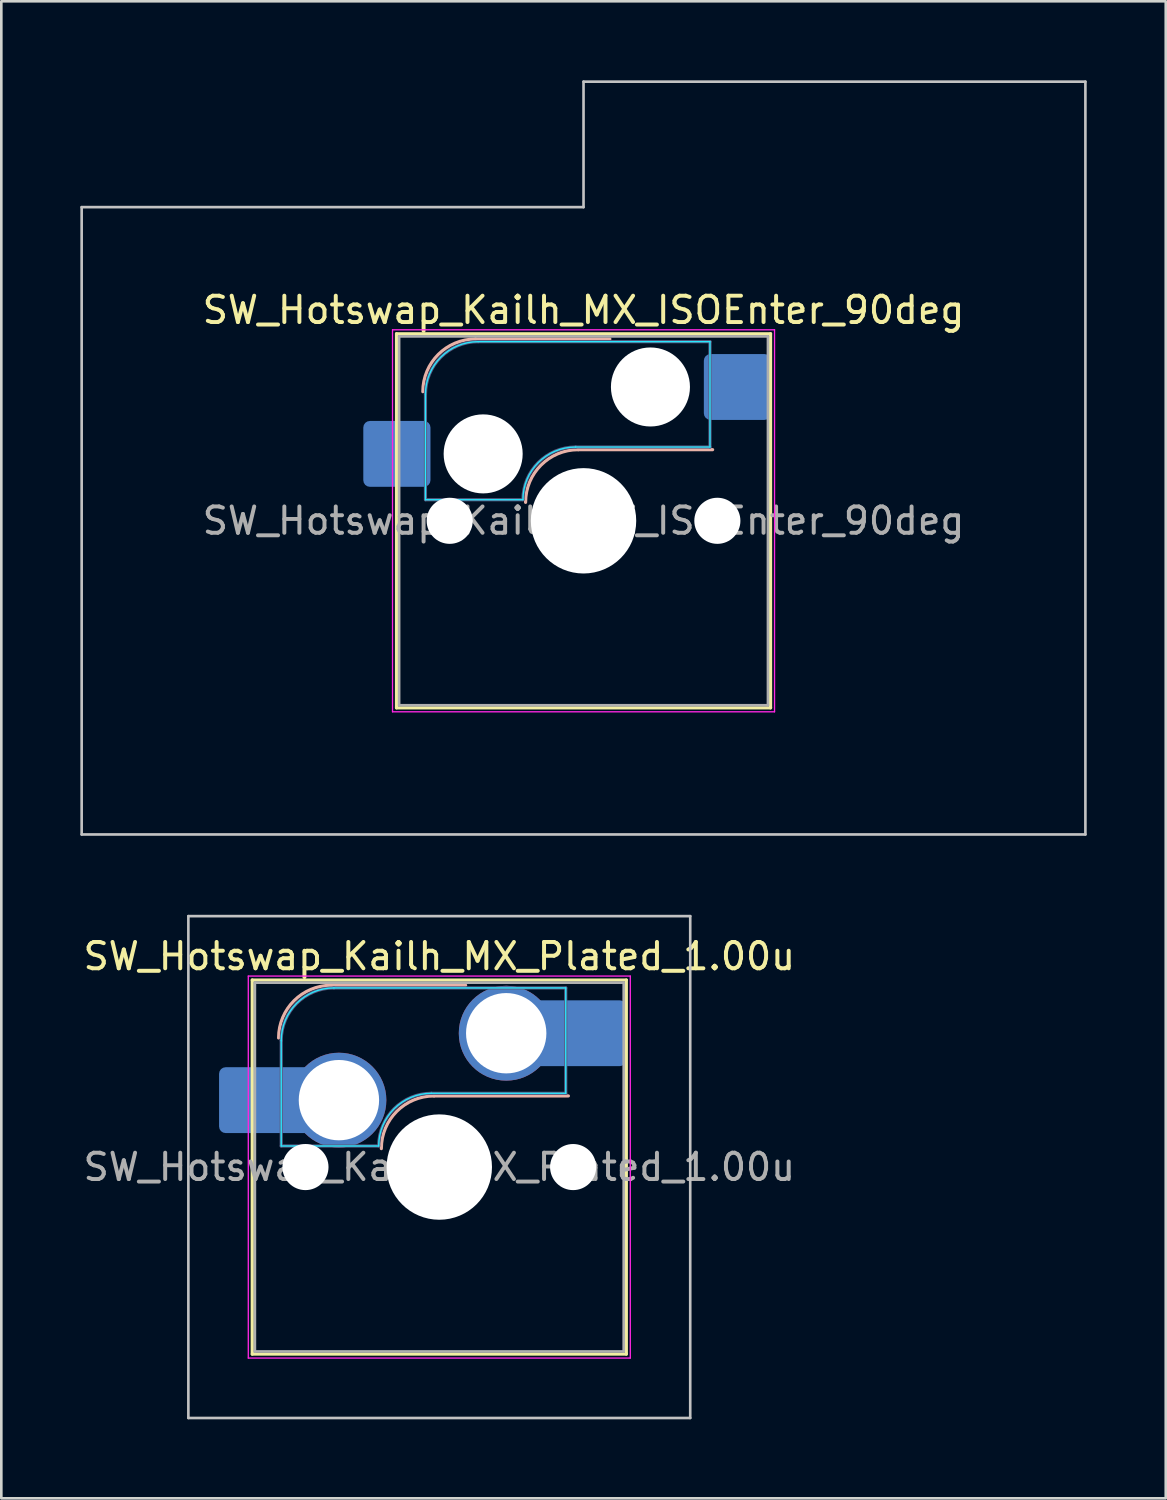
<source format=kicad_pcb>
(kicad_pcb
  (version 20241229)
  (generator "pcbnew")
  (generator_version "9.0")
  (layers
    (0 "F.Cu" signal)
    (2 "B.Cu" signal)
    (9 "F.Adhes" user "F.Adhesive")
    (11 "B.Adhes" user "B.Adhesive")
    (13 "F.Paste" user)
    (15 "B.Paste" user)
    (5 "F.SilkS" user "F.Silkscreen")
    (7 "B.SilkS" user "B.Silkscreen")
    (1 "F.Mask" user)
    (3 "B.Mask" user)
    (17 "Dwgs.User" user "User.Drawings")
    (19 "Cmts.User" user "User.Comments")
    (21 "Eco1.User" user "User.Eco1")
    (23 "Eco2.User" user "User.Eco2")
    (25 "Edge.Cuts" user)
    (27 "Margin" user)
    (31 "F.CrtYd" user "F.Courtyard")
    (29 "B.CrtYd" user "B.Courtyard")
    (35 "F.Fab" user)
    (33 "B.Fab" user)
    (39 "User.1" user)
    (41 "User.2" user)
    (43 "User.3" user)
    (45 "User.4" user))
  (footprint "SW_Hotswap_Kailh_MX_Plated_1.00u"
    (layer "F.Cu")
    (at 13.625 41.25)
    (property "Reference" "SW_Hotswap_Kailh_MX_Plated_1.00u" (at 0 -8 0) (layer "F.SilkS") (effects (font (size 1 1) (thickness 0.15))))
    (attr smd)
    (fp_line (start -7.1 -7.1) (end -7.1 7.1) (stroke (width 0.12) (type solid)) (layer "F.SilkS"))
    (fp_line (start -7.1 7.1) (end 7.1 7.1) (stroke (width 0.12) (type solid)) (layer "F.SilkS"))
    (fp_line (start 7.1 -7.1) (end -7.1 -7.1) (stroke (width 0.12) (type solid)) (layer "F.SilkS"))
    (fp_line (start 7.1 7.1) (end 7.1 -7.1) (stroke (width 0.12) (type solid)) (layer "F.SilkS"))
    (fp_line (start -4.1 -6.9) (end 1 -6.9) (stroke (width 0.12) (type solid)) (layer "B.SilkS"))
    (fp_line (start -0.2 -2.7) (end 4.9 -2.7) (stroke (width 0.12) (type solid)) (layer "B.SilkS"))
    (fp_arc (start -6.1 -4.9) (mid -5.514214 -6.314214) (end -4.1 -6.9) (stroke (width 0.12) (type solid)) (layer "B.SilkS"))
    (fp_arc (start -2.2 -0.7) (mid -1.614214 -2.114214) (end -0.2 -2.7) (stroke (width 0.12) (type solid)) (layer "B.SilkS"))
    (fp_line (start -9.525 -9.525) (end -9.525 9.525) (stroke (width 0.1) (type solid)) (layer "Dwgs.User"))
    (fp_line (start -9.525 9.525) (end 9.525 9.525) (stroke (width 0.1) (type solid)) (layer "Dwgs.User"))
    (fp_line (start 9.525 -9.525) (end -9.525 -9.525) (stroke (width 0.1) (type solid)) (layer "Dwgs.User"))
    (fp_line (start 9.525 9.525) (end 9.525 -9.525) (stroke (width 0.1) (type solid)) (layer "Dwgs.User"))
    (fp_line (start -7.8 -6) (end -7 -6) (stroke (width 0.1) (type solid)) (layer "Eco1.User"))
    (fp_line (start -7.8 -2.9) (end -7.8 -6) (stroke (width 0.1) (type solid)) (layer "Eco1.User"))
    (fp_line (start -7.8 2.9) (end -7 2.9) (stroke (width 0.1) (type solid)) (layer "Eco1.User"))
    (fp_line (start -7.8 6) (end -7.8 2.9) (stroke (width 0.1) (type solid)) (layer "Eco1.User"))
    (fp_line (start -7 -7) (end 7 -7) (stroke (width 0.1) (type solid)) (layer "Eco1.User"))
    (fp_line (start -7 -6) (end -7 -7) (stroke (width 0.1) (type solid)) (layer "Eco1.User"))
    (fp_line (start -7 -2.9) (end -7.8 -2.9) (stroke (width 0.1) (type solid)) (layer "Eco1.User"))
    (fp_line (start -7 2.9) (end -7 -2.9) (stroke (width 0.1) (type solid)) (layer "Eco1.User"))
    (fp_line (start -7 6) (end -7.8 6) (stroke (width 0.1) (type solid)) (layer "Eco1.User"))
    (fp_line (start -7 7) (end -7 6) (stroke (width 0.1) (type solid)) (layer "Eco1.User"))
    (fp_line (start 7 -7) (end 7 -6) (stroke (width 0.1) (type solid)) (layer "Eco1.User"))
    (fp_line (start 7 -6) (end 7.8 -6) (stroke (width 0.1) (type solid)) (layer "Eco1.User"))
    (fp_line (start 7 -2.9) (end 7 2.9) (stroke (width 0.1) (type solid)) (layer "Eco1.User"))
    (fp_line (start 7 2.9) (end 7.8 2.9) (stroke (width 0.1) (type solid)) (layer "Eco1.User"))
    (fp_line (start 7 6) (end 7 7) (stroke (width 0.1) (type solid)) (layer "Eco1.User"))
    (fp_line (start 7 7) (end -7 7) (stroke (width 0.1) (type solid)) (layer "Eco1.User"))
    (fp_line (start 7.8 -6) (end 7.8 -2.9) (stroke (width 0.1) (type solid)) (layer "Eco1.User"))
    (fp_line (start 7.8 -2.9) (end 7 -2.9) (stroke (width 0.1) (type solid)) (layer "Eco1.User"))
    (fp_line (start 7.8 2.9) (end 7.8 6) (stroke (width 0.1) (type solid)) (layer "Eco1.User"))
    (fp_line (start 7.8 6) (end 7 6) (stroke (width 0.1) (type solid)) (layer "Eco1.User"))
    (fp_line (start -6 -0.8) (end -6 -4.8) (stroke (width 0.05) (type solid)) (layer "B.CrtYd"))
    (fp_line (start -6 -0.8) (end -2.3 -0.8) (stroke (width 0.05) (type solid)) (layer "B.CrtYd"))
    (fp_line (start -4 -6.8) (end 4.8 -6.8) (stroke (width 0.05) (type solid)) (layer "B.CrtYd"))
    (fp_line (start -0.3 -2.8) (end 4.8 -2.8) (stroke (width 0.05) (type solid)) (layer "B.CrtYd"))
    (fp_line (start 4.8 -6.8) (end 4.8 -2.8) (stroke (width 0.05) (type solid)) (layer "B.CrtYd"))
    (fp_arc (start -6 -4.8) (mid -5.414214 -6.214214) (end -4 -6.8) (stroke (width 0.05) (type solid)) (layer "B.CrtYd"))
    (fp_arc (start -2.3 -0.8) (mid -1.714214 -2.214214) (end -0.3 -2.8) (stroke (width 0.05) (type solid)) (layer "B.CrtYd"))
    (fp_line (start -7.25 -7.25) (end -7.25 7.25) (stroke (width 0.05) (type solid)) (layer "F.CrtYd"))
    (fp_line (start -7.25 7.25) (end 7.25 7.25) (stroke (width 0.05) (type solid)) (layer "F.CrtYd"))
    (fp_line (start 7.25 -7.25) (end -7.25 -7.25) (stroke (width 0.05) (type solid)) (layer "F.CrtYd"))
    (fp_line (start 7.25 7.25) (end 7.25 -7.25) (stroke (width 0.05) (type solid)) (layer "F.CrtYd"))
    (fp_line (start -6 -0.8) (end -6 -4.8) (stroke (width 0.12) (type solid)) (layer "B.Fab"))
    (fp_line (start -6 -0.8) (end -2.3 -0.8) (stroke (width 0.12) (type solid)) (layer "B.Fab"))
    (fp_line (start -4 -6.8) (end 4.8 -6.8) (stroke (width 0.12) (type solid)) (layer "B.Fab"))
    (fp_line (start -0.3 -2.8) (end 4.8 -2.8) (stroke (width 0.12) (type solid)) (layer "B.Fab"))
    (fp_line (start 4.8 -6.8) (end 4.8 -2.8) (stroke (width 0.12) (type solid)) (layer "B.Fab"))
    (fp_arc (start -6 -4.8) (mid -5.414214 -6.214214) (end -4 -6.8) (stroke (width 0.12) (type solid)) (layer "B.Fab"))
    (fp_arc (start -2.3 -0.8) (mid -1.714214 -2.214214) (end -0.3 -2.8) (stroke (width 0.12) (type solid)) (layer "B.Fab"))
    (fp_line (start -7 -7) (end -7 7) (stroke (width 0.1) (type solid)) (layer "F.Fab"))
    (fp_line (start -7 7) (end 7 7) (stroke (width 0.1) (type solid)) (layer "F.Fab"))
    (fp_line (start 7 -7) (end -7 -7) (stroke (width 0.1) (type solid)) (layer "F.Fab"))
    (fp_line (start 7 7) (end 7 -7) (stroke (width 0.1) (type solid)) (layer "F.Fab"))
    (fp_text user "${REFERENCE}" (at 0 0 0) (layer "F.Fab") (effects (font (size 1 1) (thickness 0.15))))
    (pad "" smd roundrect (at -7.085 -2.54) (size 2.55 2.5) (layers "B.Mask" "B.Paste") (roundrect_rratio 0.1))
    (pad "" np_thru_hole circle (at -5.08 0) (size 1.75 1.75) (drill 1.75) (layers "*.Cu" "*.Mask"))
    (pad "" np_thru_hole circle (at 0 0) (size 4 4) (drill 4) (layers "*.Cu" "*.Mask"))
    (pad "" np_thru_hole circle (at 5.08 0) (size 1.75 1.75) (drill 1.75) (layers "*.Cu" "*.Mask"))
    (pad "" smd roundrect (at 5.842 -5.08) (size 2.55 2.5) (layers "B.Mask" "B.Paste") (roundrect_rratio 0.1))
    (pad "1" smd roundrect (at -6.585 -2.54) (size 3.55 2.5) (layers "B.Cu") (roundrect_rratio 0.1))
    (pad "1" thru_hole circle (at -3.81 -2.54) (size 3.6 3.6) (drill 3.05) (layers "*.Cu" "*.Mask"))
    (pad "2" thru_hole circle (at 2.54 -5.08) (size 3.6 3.6) (drill 3.05) (layers "*.Cu" "*.Mask"))
    (pad "2" smd roundrect (at 5.32 -5.08) (size 3.55 2.5) (layers "B.Cu") (roundrect_rratio 0.1)))
  (footprint "SW_Hotswap_Kailh_MX_ISOEnter_90deg"
    (layer "F.Cu")
    (at 19.1 16.719)
    (property "Reference" "SW_Hotswap_Kailh_MX_ISOEnter_90deg" (at 0 -8 0) (layer "F.SilkS") (effects (font (size 1 1) (thickness 0.15))))
    (attr smd)
    (fp_line (start -7.1 -7.1) (end -7.1 7.1) (stroke (width 0.12) (type solid)) (layer "F.SilkS"))
    (fp_line (start -7.1 7.1) (end 7.1 7.1) (stroke (width 0.12) (type solid)) (layer "F.SilkS"))
    (fp_line (start 7.1 -7.1) (end -7.1 -7.1) (stroke (width 0.12) (type solid)) (layer "F.SilkS"))
    (fp_line (start 7.1 7.1) (end 7.1 -7.1) (stroke (width 0.12) (type solid)) (layer "F.SilkS"))
    (fp_line (start -4.1 -6.9) (end 1 -6.9) (stroke (width 0.12) (type solid)) (layer "B.SilkS"))
    (fp_line (start -0.2 -2.7) (end 4.9 -2.7) (stroke (width 0.12) (type solid)) (layer "B.SilkS"))
    (fp_arc (start -6.1 -4.9) (mid -5.514214 -6.314214) (end -4.1 -6.9) (stroke (width 0.12) (type solid)) (layer "B.SilkS"))
    (fp_arc (start -2.2 -0.7) (mid -1.614214 -2.114214) (end -0.2 -2.7) (stroke (width 0.12) (type solid)) (layer "B.SilkS"))
    (fp_line (start -19.05 -11.906) (end -19.05 11.906) (stroke (width 0.1) (type solid)) (layer "Dwgs.User"))
    (fp_line (start -19.05 11.906) (end 19.05 11.906) (stroke (width 0.1) (type solid)) (layer "Dwgs.User"))
    (fp_line (start 0 -16.669) (end 0 -11.906) (stroke (width 0.1) (type solid)) (layer "Dwgs.User"))
    (fp_line (start 0 -11.906) (end -19.05 -11.906) (stroke (width 0.1) (type solid)) (layer "Dwgs.User"))
    (fp_line (start 19.05 -16.669) (end 0 -16.669) (stroke (width 0.1) (type solid)) (layer "Dwgs.User"))
    (fp_line (start 19.05 11.906) (end 19.05 -16.669) (stroke (width 0.1) (type solid)) (layer "Dwgs.User"))
    (fp_line (start -7.8 -6) (end -7 -6) (stroke (width 0.1) (type solid)) (layer "Eco1.User"))
    (fp_line (start -7.8 -2.9) (end -7.8 -6) (stroke (width 0.1) (type solid)) (layer "Eco1.User"))
    (fp_line (start -7.8 2.9) (end -7 2.9) (stroke (width 0.1) (type solid)) (layer "Eco1.User"))
    (fp_line (start -7.8 6) (end -7.8 2.9) (stroke (width 0.1) (type solid)) (layer "Eco1.User"))
    (fp_line (start -7 -7) (end 7 -7) (stroke (width 0.1) (type solid)) (layer "Eco1.User"))
    (fp_line (start -7 -6) (end -7 -7) (stroke (width 0.1) (type solid)) (layer "Eco1.User"))
    (fp_line (start -7 -2.9) (end -7.8 -2.9) (stroke (width 0.1) (type solid)) (layer "Eco1.User"))
    (fp_line (start -7 2.9) (end -7 -2.9) (stroke (width 0.1) (type solid)) (layer "Eco1.User"))
    (fp_line (start -7 6) (end -7.8 6) (stroke (width 0.1) (type solid)) (layer "Eco1.User"))
    (fp_line (start -7 7) (end -7 6) (stroke (width 0.1) (type solid)) (layer "Eco1.User"))
    (fp_line (start 7 -7) (end 7 -6) (stroke (width 0.1) (type solid)) (layer "Eco1.User"))
    (fp_line (start 7 -6) (end 7.8 -6) (stroke (width 0.1) (type solid)) (layer "Eco1.User"))
    (fp_line (start 7 -2.9) (end 7 2.9) (stroke (width 0.1) (type solid)) (layer "Eco1.User"))
    (fp_line (start 7 2.9) (end 7.8 2.9) (stroke (width 0.1) (type solid)) (layer "Eco1.User"))
    (fp_line (start 7 6) (end 7 7) (stroke (width 0.1) (type solid)) (layer "Eco1.User"))
    (fp_line (start 7 7) (end -7 7) (stroke (width 0.1) (type solid)) (layer "Eco1.User"))
    (fp_line (start 7.8 -6) (end 7.8 -2.9) (stroke (width 0.1) (type solid)) (layer "Eco1.User"))
    (fp_line (start 7.8 -2.9) (end 7 -2.9) (stroke (width 0.1) (type solid)) (layer "Eco1.User"))
    (fp_line (start 7.8 2.9) (end 7.8 6) (stroke (width 0.1) (type solid)) (layer "Eco1.User"))
    (fp_line (start 7.8 6) (end 7 6) (stroke (width 0.1) (type solid)) (layer "Eco1.User"))
    (fp_line (start -6 -0.8) (end -6 -4.8) (stroke (width 0.05) (type solid)) (layer "B.CrtYd"))
    (fp_line (start -6 -0.8) (end -2.3 -0.8) (stroke (width 0.05) (type solid)) (layer "B.CrtYd"))
    (fp_line (start -4 -6.8) (end 4.8 -6.8) (stroke (width 0.05) (type solid)) (layer "B.CrtYd"))
    (fp_line (start -0.3 -2.8) (end 4.8 -2.8) (stroke (width 0.05) (type solid)) (layer "B.CrtYd"))
    (fp_line (start 4.8 -6.8) (end 4.8 -2.8) (stroke (width 0.05) (type solid)) (layer "B.CrtYd"))
    (fp_arc (start -6 -4.8) (mid -5.414214 -6.214214) (end -4 -6.8) (stroke (width 0.05) (type solid)) (layer "B.CrtYd"))
    (fp_arc (start -2.3 -0.8) (mid -1.714214 -2.214214) (end -0.3 -2.8) (stroke (width 0.05) (type solid)) (layer "B.CrtYd"))
    (fp_line (start -7.25 -7.25) (end -7.25 7.25) (stroke (width 0.05) (type solid)) (layer "F.CrtYd"))
    (fp_line (start -7.25 7.25) (end 7.25 7.25) (stroke (width 0.05) (type solid)) (layer "F.CrtYd"))
    (fp_line (start 7.25 -7.25) (end -7.25 -7.25) (stroke (width 0.05) (type solid)) (layer "F.CrtYd"))
    (fp_line (start 7.25 7.25) (end 7.25 -7.25) (stroke (width 0.05) (type solid)) (layer "F.CrtYd"))
    (fp_line (start -6 -0.8) (end -6 -4.8) (stroke (width 0.12) (type solid)) (layer "B.Fab"))
    (fp_line (start -6 -0.8) (end -2.3 -0.8) (stroke (width 0.12) (type solid)) (layer "B.Fab"))
    (fp_line (start -4 -6.8) (end 4.8 -6.8) (stroke (width 0.12) (type solid)) (layer "B.Fab"))
    (fp_line (start -0.3 -2.8) (end 4.8 -2.8) (stroke (width 0.12) (type solid)) (layer "B.Fab"))
    (fp_line (start 4.8 -6.8) (end 4.8 -2.8) (stroke (width 0.12) (type solid)) (layer "B.Fab"))
    (fp_arc (start -6 -4.8) (mid -5.414214 -6.214214) (end -4 -6.8) (stroke (width 0.12) (type solid)) (layer "B.Fab"))
    (fp_arc (start -2.3 -0.8) (mid -1.714214 -2.214214) (end -0.3 -2.8) (stroke (width 0.12) (type solid)) (layer "B.Fab"))
    (fp_line (start -7 -7) (end -7 7) (stroke (width 0.1) (type solid)) (layer "F.Fab"))
    (fp_line (start -7 7) (end 7 7) (stroke (width 0.1) (type solid)) (layer "F.Fab"))
    (fp_line (start 7 -7) (end -7 -7) (stroke (width 0.1) (type solid)) (layer "F.Fab"))
    (fp_line (start 7 7) (end 7 -7) (stroke (width 0.1) (type solid)) (layer "F.Fab"))
    (fp_text user "${REFERENCE}" (at 0 0 0) (layer "F.Fab") (effects (font (size 1 1) (thickness 0.15))))
    (pad "" np_thru_hole circle (at -5.08 0) (size 1.75 1.75) (drill 1.75) (layers "*.Cu" "*.Mask"))
    (pad "" np_thru_hole circle (at -3.81 -2.54) (size 3 3) (drill 3) (layers "*.Cu" "*.Mask"))
    (pad "" np_thru_hole circle (at 0 0) (size 4 4) (drill 4) (layers "*.Cu" "*.Mask"))
    (pad "" np_thru_hole circle (at 2.54 -5.08) (size 3 3) (drill 3) (layers "*.Cu" "*.Mask"))
    (pad "" np_thru_hole circle (at 5.08 0) (size 1.75 1.75) (drill 1.75) (layers "*.Cu" "*.Mask"))
    (pad "1" smd roundrect (at -7.085 -2.54) (size 2.55 2.5) (layers "B.Cu" "B.Mask" "B.Paste") (roundrect_rratio 0.1))
    (pad "2" smd roundrect (at 5.842 -5.08) (size 2.55 2.5) (layers "B.Cu" "B.Mask" "B.Paste") (roundrect_rratio 0.1)))
  (gr_rect
    (start -3 -3)
    (end 41.2 53.825)
    (stroke (width 0.1) (type default))
    (fill no)
    (layer "Edge.Cuts")))
</source>
